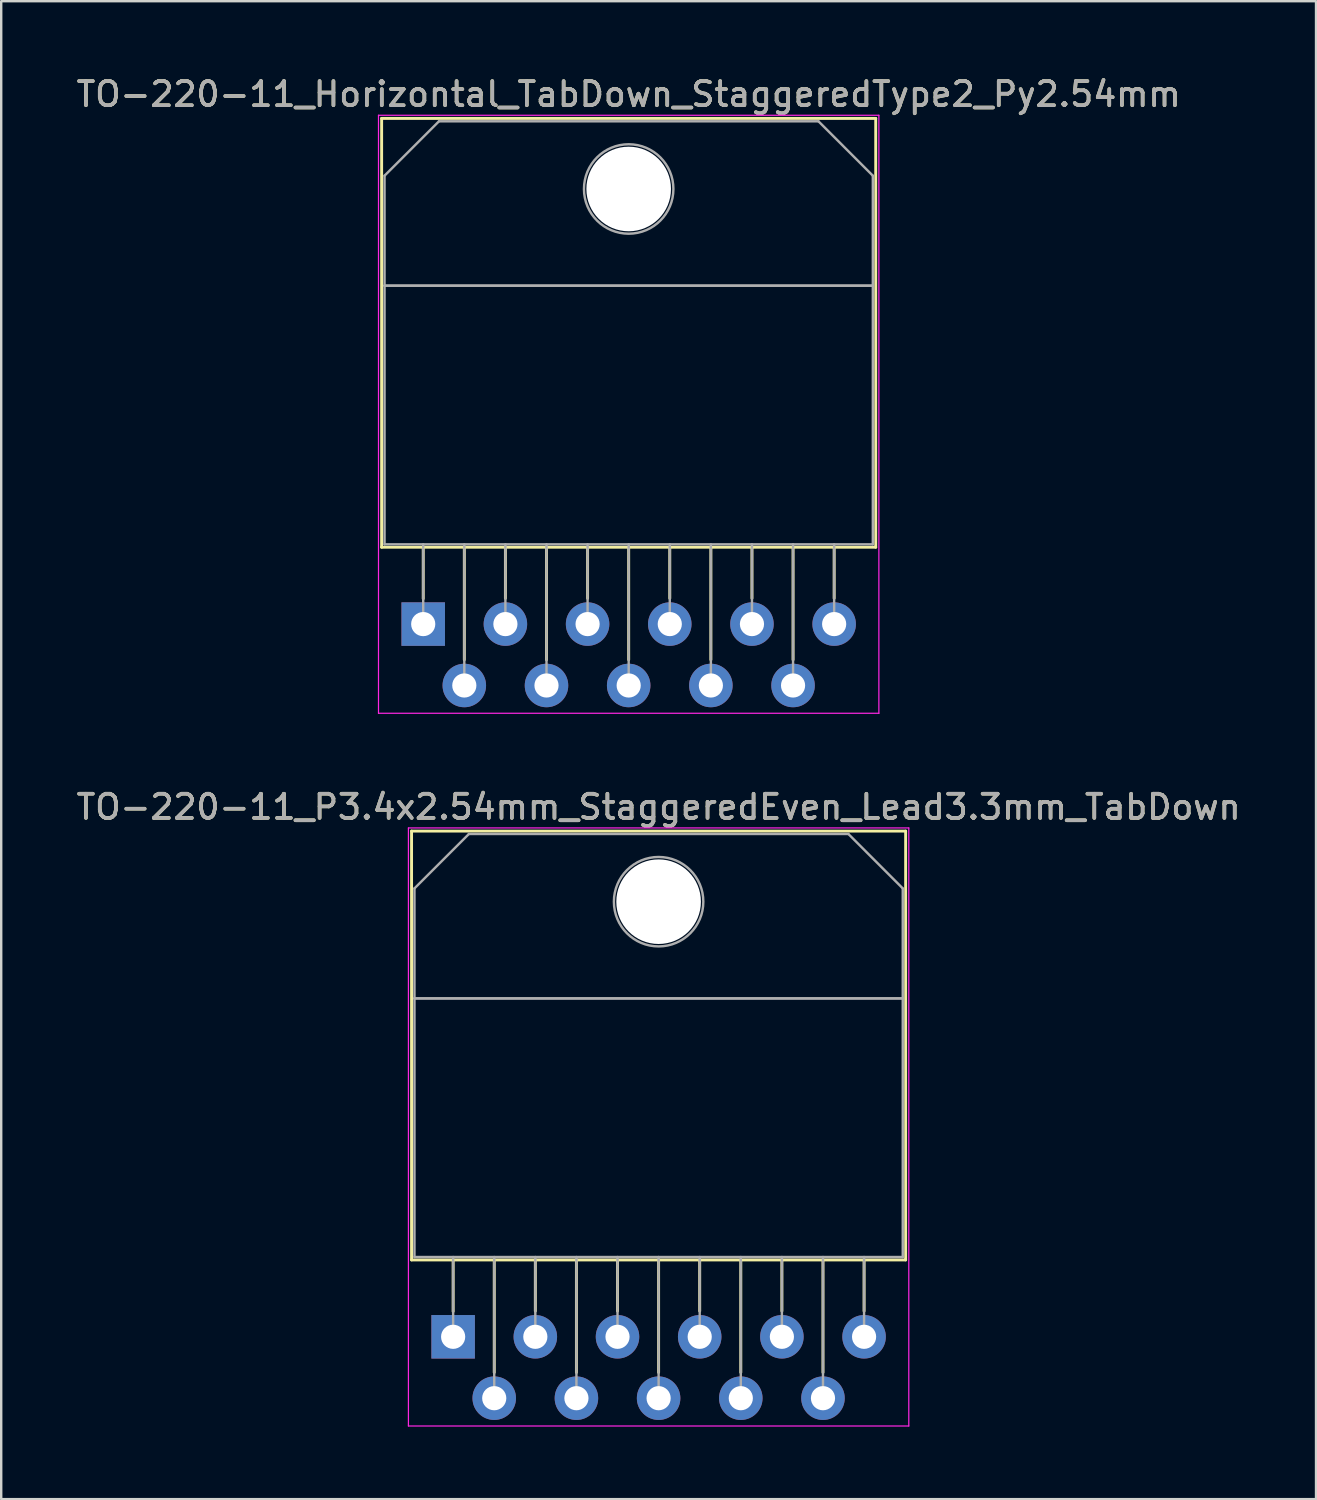
<source format=kicad_pcb>
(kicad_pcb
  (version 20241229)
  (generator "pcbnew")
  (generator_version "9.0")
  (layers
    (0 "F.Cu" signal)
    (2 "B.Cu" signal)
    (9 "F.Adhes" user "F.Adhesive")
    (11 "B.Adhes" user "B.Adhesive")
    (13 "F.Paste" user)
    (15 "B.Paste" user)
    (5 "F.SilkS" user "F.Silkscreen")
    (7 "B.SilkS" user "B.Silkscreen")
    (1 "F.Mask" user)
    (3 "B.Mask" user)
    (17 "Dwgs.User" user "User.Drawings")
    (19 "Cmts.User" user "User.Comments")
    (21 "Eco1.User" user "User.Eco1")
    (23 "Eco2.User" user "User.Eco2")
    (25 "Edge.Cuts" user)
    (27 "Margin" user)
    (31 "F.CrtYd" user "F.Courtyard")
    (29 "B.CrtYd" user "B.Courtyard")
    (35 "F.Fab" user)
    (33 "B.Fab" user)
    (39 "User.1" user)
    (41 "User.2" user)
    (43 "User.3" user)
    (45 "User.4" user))
  (footprint "TO-220-11_P3.4x2.54mm_StaggeredEven_Lead3.3mm_TabDown"
    (layer "F.Cu")
    (at 15.696 52.252)
    (property "Reference" "TO-220-11_P3.4x2.54mm_StaggeredEven_Lead3.3mm_TabDown" (at 8.5 -21.92 0) (layer "F.SilkS") (effects (font (size 1 1) (thickness 0.15))))
    (attr through_hole)
    (fp_line (start -1.72 -20.92) (end -1.72 -3.18) (stroke (width 0.12) (type solid)) (layer "F.SilkS"))
    (fp_line (start -1.72 -20.92) (end 18.72 -20.92) (stroke (width 0.12) (type solid)) (layer "F.SilkS"))
    (fp_line (start -1.72 -3.18) (end 18.72 -3.18) (stroke (width 0.12) (type solid)) (layer "F.SilkS"))
    (fp_line (start 0 -3.18) (end 0 -1.05) (stroke (width 0.12) (type solid)) (layer "F.SilkS"))
    (fp_line (start 1.7 -3.18) (end 1.7 1.475) (stroke (width 0.12) (type solid)) (layer "F.SilkS"))
    (fp_line (start 3.4 -3.18) (end 3.4 -1.066) (stroke (width 0.12) (type solid)) (layer "F.SilkS"))
    (fp_line (start 5.1 -3.18) (end 5.1 1.475) (stroke (width 0.12) (type solid)) (layer "F.SilkS"))
    (fp_line (start 6.8 -3.18) (end 6.8 -1.066) (stroke (width 0.12) (type solid)) (layer "F.SilkS"))
    (fp_line (start 8.5 -3.18) (end 8.5 1.475) (stroke (width 0.12) (type solid)) (layer "F.SilkS"))
    (fp_line (start 10.2 -3.18) (end 10.2 -1.066) (stroke (width 0.12) (type solid)) (layer "F.SilkS"))
    (fp_line (start 11.9 -3.18) (end 11.9 1.475) (stroke (width 0.12) (type solid)) (layer "F.SilkS"))
    (fp_line (start 13.6 -3.18) (end 13.6 -1.066) (stroke (width 0.12) (type solid)) (layer "F.SilkS"))
    (fp_line (start 15.3 -3.18) (end 15.3 1.475) (stroke (width 0.12) (type solid)) (layer "F.SilkS"))
    (fp_line (start 17 -3.18) (end 17 -1.066) (stroke (width 0.12) (type solid)) (layer "F.SilkS"))
    (fp_line (start 18.72 -20.92) (end 18.72 -3.18) (stroke (width 0.12) (type solid)) (layer "F.SilkS"))
    (fp_line (start -1.85 -21.05) (end -1.85 3.69) (stroke (width 0.05) (type solid)) (layer "F.CrtYd"))
    (fp_line (start -1.85 3.69) (end 18.85 3.69) (stroke (width 0.05) (type solid)) (layer "F.CrtYd"))
    (fp_line (start 18.85 -21.05) (end -1.85 -21.05) (stroke (width 0.05) (type solid)) (layer "F.CrtYd"))
    (fp_line (start 18.85 3.69) (end 18.85 -21.05) (stroke (width 0.05) (type solid)) (layer "F.CrtYd"))
    (fp_line (start -1.6 -18.55) (end 0.651 -20.8) (stroke (width 0.1) (type solid)) (layer "F.Fab"))
    (fp_line (start -1.6 -14) (end -1.6 -18.55) (stroke (width 0.1) (type solid)) (layer "F.Fab"))
    (fp_line (start -1.6 -14) (end 18.6 -14) (stroke (width 0.1) (type solid)) (layer "F.Fab"))
    (fp_line (start -1.6 -3.3) (end -1.6 -14) (stroke (width 0.1) (type solid)) (layer "F.Fab"))
    (fp_line (start 0 -3.3) (end 0 0) (stroke (width 0.1) (type solid)) (layer "F.Fab"))
    (fp_line (start 0.651 -20.8) (end 16.351 -20.8) (stroke (width 0.1) (type solid)) (layer "F.Fab"))
    (fp_line (start 1.7 -3.3) (end 1.7 2.54) (stroke (width 0.1) (type solid)) (layer "F.Fab"))
    (fp_line (start 3.4 -3.3) (end 3.4 0) (stroke (width 0.1) (type solid)) (layer "F.Fab"))
    (fp_line (start 5.1 -3.3) (end 5.1 2.54) (stroke (width 0.1) (type solid)) (layer "F.Fab"))
    (fp_line (start 6.8 -3.3) (end 6.8 0) (stroke (width 0.1) (type solid)) (layer "F.Fab"))
    (fp_line (start 8.5 -3.3) (end 8.5 2.54) (stroke (width 0.1) (type solid)) (layer "F.Fab"))
    (fp_line (start 10.2 -3.3) (end 10.2 0) (stroke (width 0.1) (type solid)) (layer "F.Fab"))
    (fp_line (start 11.9 -3.3) (end 11.9 2.54) (stroke (width 0.1) (type solid)) (layer "F.Fab"))
    (fp_line (start 13.6 -3.3) (end 13.6 0) (stroke (width 0.1) (type solid)) (layer "F.Fab"))
    (fp_line (start 15.3 -3.3) (end 15.3 2.54) (stroke (width 0.1) (type solid)) (layer "F.Fab"))
    (fp_line (start 16.351 -20.8) (end 18.6 -18.55) (stroke (width 0.1) (type solid)) (layer "F.Fab"))
    (fp_line (start 17 -3.3) (end 17 0) (stroke (width 0.1) (type solid)) (layer "F.Fab"))
    (fp_line (start 18.6 -18.55) (end 18.6 -14) (stroke (width 0.1) (type solid)) (layer "F.Fab"))
    (fp_line (start 18.6 -14) (end -1.6 -14) (stroke (width 0.1) (type solid)) (layer "F.Fab"))
    (fp_line (start 18.6 -14) (end 18.6 -3.3) (stroke (width 0.1) (type solid)) (layer "F.Fab"))
    (fp_line (start 18.6 -3.3) (end -1.6 -3.3) (stroke (width 0.1) (type solid)) (layer "F.Fab"))
    (fp_circle (center 8.5 -18) (end 10.35 -18) (stroke (width 0.1) (type solid)) (fill no) (layer "F.Fab"))
    (fp_text user "${REFERENCE}" (at 8.5 -21.92 0) (layer "F.Fab") (effects (font (size 1 1) (thickness 0.15))))
    (pad "" np_thru_hole oval (at 8.5 -18) (size 3.5 3.5) (drill 3.5) (layers "*.Cu" "*.Mask"))
    (pad "1" thru_hole rect (at 0 0) (size 1.8 1.8) (drill 1) (layers "*.Cu" "*.Mask"))
    (pad "2" thru_hole oval (at 1.7 2.54) (size 1.8 1.8) (drill 1) (layers "*.Cu" "*.Mask"))
    (pad "3" thru_hole oval (at 3.4 0) (size 1.8 1.8) (drill 1) (layers "*.Cu" "*.Mask"))
    (pad "4" thru_hole oval (at 5.1 2.54) (size 1.8 1.8) (drill 1) (layers "*.Cu" "*.Mask"))
    (pad "5" thru_hole oval (at 6.8 0) (size 1.8 1.8) (drill 1) (layers "*.Cu" "*.Mask"))
    (pad "6" thru_hole oval (at 8.5 2.54) (size 1.8 1.8) (drill 1) (layers "*.Cu" "*.Mask"))
    (pad "7" thru_hole oval (at 10.2 0) (size 1.8 1.8) (drill 1) (layers "*.Cu" "*.Mask"))
    (pad "8" thru_hole oval (at 11.9 2.54) (size 1.8 1.8) (drill 1) (layers "*.Cu" "*.Mask"))
    (pad "9" thru_hole oval (at 13.6 0) (size 1.8 1.8) (drill 1) (layers "*.Cu" "*.Mask"))
    (pad "10" thru_hole oval (at 15.3 2.54) (size 1.8 1.8) (drill 1) (layers "*.Cu" "*.Mask"))
    (pad "11" thru_hole oval (at 17 0) (size 1.8 1.8) (drill 1) (layers "*.Cu" "*.Mask")))
  (footprint "TO-220-11_Horizontal_TabDown_StaggeredType2_Py2.54mm"
    (layer "F.Cu")
    (at 14.458 22.768)
    (property "Reference" "TO-220-11_Horizontal_TabDown_StaggeredType2_Py2.54mm" (at 8.5 -21.92 0) (layer "F.SilkS") (effects (font (size 1 1) (thickness 0.15))))
    (attr through_hole)
    (fp_line (start -1.72 -20.92) (end -1.72 -3.18) (stroke (width 0.12) (type solid)) (layer "F.SilkS"))
    (fp_line (start -1.72 -20.92) (end 18.72 -20.92) (stroke (width 0.12) (type solid)) (layer "F.SilkS"))
    (fp_line (start -1.72 -3.18) (end 18.72 -3.18) (stroke (width 0.12) (type solid)) (layer "F.SilkS"))
    (fp_line (start 0 -3.18) (end 0 -1.05) (stroke (width 0.12) (type solid)) (layer "F.SilkS"))
    (fp_line (start 1.7 -3.18) (end 1.7 1.475) (stroke (width 0.12) (type solid)) (layer "F.SilkS"))
    (fp_line (start 3.4 -3.18) (end 3.4 -1.066) (stroke (width 0.12) (type solid)) (layer "F.SilkS"))
    (fp_line (start 5.1 -3.18) (end 5.1 1.475) (stroke (width 0.12) (type solid)) (layer "F.SilkS"))
    (fp_line (start 6.8 -3.18) (end 6.8 -1.066) (stroke (width 0.12) (type solid)) (layer "F.SilkS"))
    (fp_line (start 8.5 -3.18) (end 8.5 1.475) (stroke (width 0.12) (type solid)) (layer "F.SilkS"))
    (fp_line (start 10.2 -3.18) (end 10.2 -1.066) (stroke (width 0.12) (type solid)) (layer "F.SilkS"))
    (fp_line (start 11.9 -3.18) (end 11.9 1.475) (stroke (width 0.12) (type solid)) (layer "F.SilkS"))
    (fp_line (start 13.6 -3.18) (end 13.6 -1.066) (stroke (width 0.12) (type solid)) (layer "F.SilkS"))
    (fp_line (start 15.3 -3.18) (end 15.3 1.475) (stroke (width 0.12) (type solid)) (layer "F.SilkS"))
    (fp_line (start 17 -3.18) (end 17 -1.066) (stroke (width 0.12) (type solid)) (layer "F.SilkS"))
    (fp_line (start 18.72 -20.92) (end 18.72 -3.18) (stroke (width 0.12) (type solid)) (layer "F.SilkS"))
    (fp_line (start -1.85 -21.05) (end -1.85 3.69) (stroke (width 0.05) (type solid)) (layer "F.CrtYd"))
    (fp_line (start -1.85 3.69) (end 18.85 3.69) (stroke (width 0.05) (type solid)) (layer "F.CrtYd"))
    (fp_line (start 18.85 -21.05) (end -1.85 -21.05) (stroke (width 0.05) (type solid)) (layer "F.CrtYd"))
    (fp_line (start 18.85 3.69) (end 18.85 -21.05) (stroke (width 0.05) (type solid)) (layer "F.CrtYd"))
    (fp_line (start -1.6 -18.55) (end 0.651 -20.8) (stroke (width 0.1) (type solid)) (layer "F.Fab"))
    (fp_line (start -1.6 -14) (end -1.6 -18.55) (stroke (width 0.1) (type solid)) (layer "F.Fab"))
    (fp_line (start -1.6 -14) (end 18.6 -14) (stroke (width 0.1) (type solid)) (layer "F.Fab"))
    (fp_line (start -1.6 -3.3) (end -1.6 -14) (stroke (width 0.1) (type solid)) (layer "F.Fab"))
    (fp_line (start 0 -3.3) (end 0 0) (stroke (width 0.1) (type solid)) (layer "F.Fab"))
    (fp_line (start 0.651 -20.8) (end 16.351 -20.8) (stroke (width 0.1) (type solid)) (layer "F.Fab"))
    (fp_line (start 1.7 -3.3) (end 1.7 2.54) (stroke (width 0.1) (type solid)) (layer "F.Fab"))
    (fp_line (start 3.4 -3.3) (end 3.4 0) (stroke (width 0.1) (type solid)) (layer "F.Fab"))
    (fp_line (start 5.1 -3.3) (end 5.1 2.54) (stroke (width 0.1) (type solid)) (layer "F.Fab"))
    (fp_line (start 6.8 -3.3) (end 6.8 0) (stroke (width 0.1) (type solid)) (layer "F.Fab"))
    (fp_line (start 8.5 -3.3) (end 8.5 2.54) (stroke (width 0.1) (type solid)) (layer "F.Fab"))
    (fp_line (start 10.2 -3.3) (end 10.2 0) (stroke (width 0.1) (type solid)) (layer "F.Fab"))
    (fp_line (start 11.9 -3.3) (end 11.9 2.54) (stroke (width 0.1) (type solid)) (layer "F.Fab"))
    (fp_line (start 13.6 -3.3) (end 13.6 0) (stroke (width 0.1) (type solid)) (layer "F.Fab"))
    (fp_line (start 15.3 -3.3) (end 15.3 2.54) (stroke (width 0.1) (type solid)) (layer "F.Fab"))
    (fp_line (start 16.351 -20.8) (end 18.6 -18.55) (stroke (width 0.1) (type solid)) (layer "F.Fab"))
    (fp_line (start 17 -3.3) (end 17 0) (stroke (width 0.1) (type solid)) (layer "F.Fab"))
    (fp_line (start 18.6 -18.55) (end 18.6 -14) (stroke (width 0.1) (type solid)) (layer "F.Fab"))
    (fp_line (start 18.6 -14) (end -1.6 -14) (stroke (width 0.1) (type solid)) (layer "F.Fab"))
    (fp_line (start 18.6 -14) (end 18.6 -3.3) (stroke (width 0.1) (type solid)) (layer "F.Fab"))
    (fp_line (start 18.6 -3.3) (end -1.6 -3.3) (stroke (width 0.1) (type solid)) (layer "F.Fab"))
    (fp_circle (center 8.5 -18) (end 10.35 -18) (stroke (width 0.1) (type solid)) (fill no) (layer "F.Fab"))
    (fp_text user "${REFERENCE}" (at 8.5 -21.92 0) (layer "F.Fab") (effects (font (size 1 1) (thickness 0.15))))
    (pad "" np_thru_hole oval (at 8.5 -18) (size 3.5 3.5) (drill 3.5) (layers "*.Cu" "*.Mask"))
    (pad "1" thru_hole rect (at 0 0) (size 1.8 1.8) (drill 1) (layers "*.Cu" "*.Mask"))
    (pad "2" thru_hole oval (at 1.7 2.54) (size 1.8 1.8) (drill 1) (layers "*.Cu" "*.Mask"))
    (pad "3" thru_hole oval (at 3.4 0) (size 1.8 1.8) (drill 1) (layers "*.Cu" "*.Mask"))
    (pad "4" thru_hole oval (at 5.1 2.54) (size 1.8 1.8) (drill 1) (layers "*.Cu" "*.Mask"))
    (pad "5" thru_hole oval (at 6.8 0) (size 1.8 1.8) (drill 1) (layers "*.Cu" "*.Mask"))
    (pad "6" thru_hole oval (at 8.5 2.54) (size 1.8 1.8) (drill 1) (layers "*.Cu" "*.Mask"))
    (pad "7" thru_hole oval (at 10.2 0) (size 1.8 1.8) (drill 1) (layers "*.Cu" "*.Mask"))
    (pad "8" thru_hole oval (at 11.9 2.54) (size 1.8 1.8) (drill 1) (layers "*.Cu" "*.Mask"))
    (pad "9" thru_hole oval (at 13.6 0) (size 1.8 1.8) (drill 1) (layers "*.Cu" "*.Mask"))
    (pad "10" thru_hole oval (at 15.3 2.54) (size 1.8 1.8) (drill 1) (layers "*.Cu" "*.Mask"))
    (pad "11" thru_hole oval (at 17 0) (size 1.8 1.8) (drill 1) (layers "*.Cu" "*.Mask")))
  (gr_rect
    (start -3 -3)
    (end 51.393 58.967)
    (stroke (width 0.1) (type default))
    (fill no)
    (layer "Edge.Cuts")))
</source>
